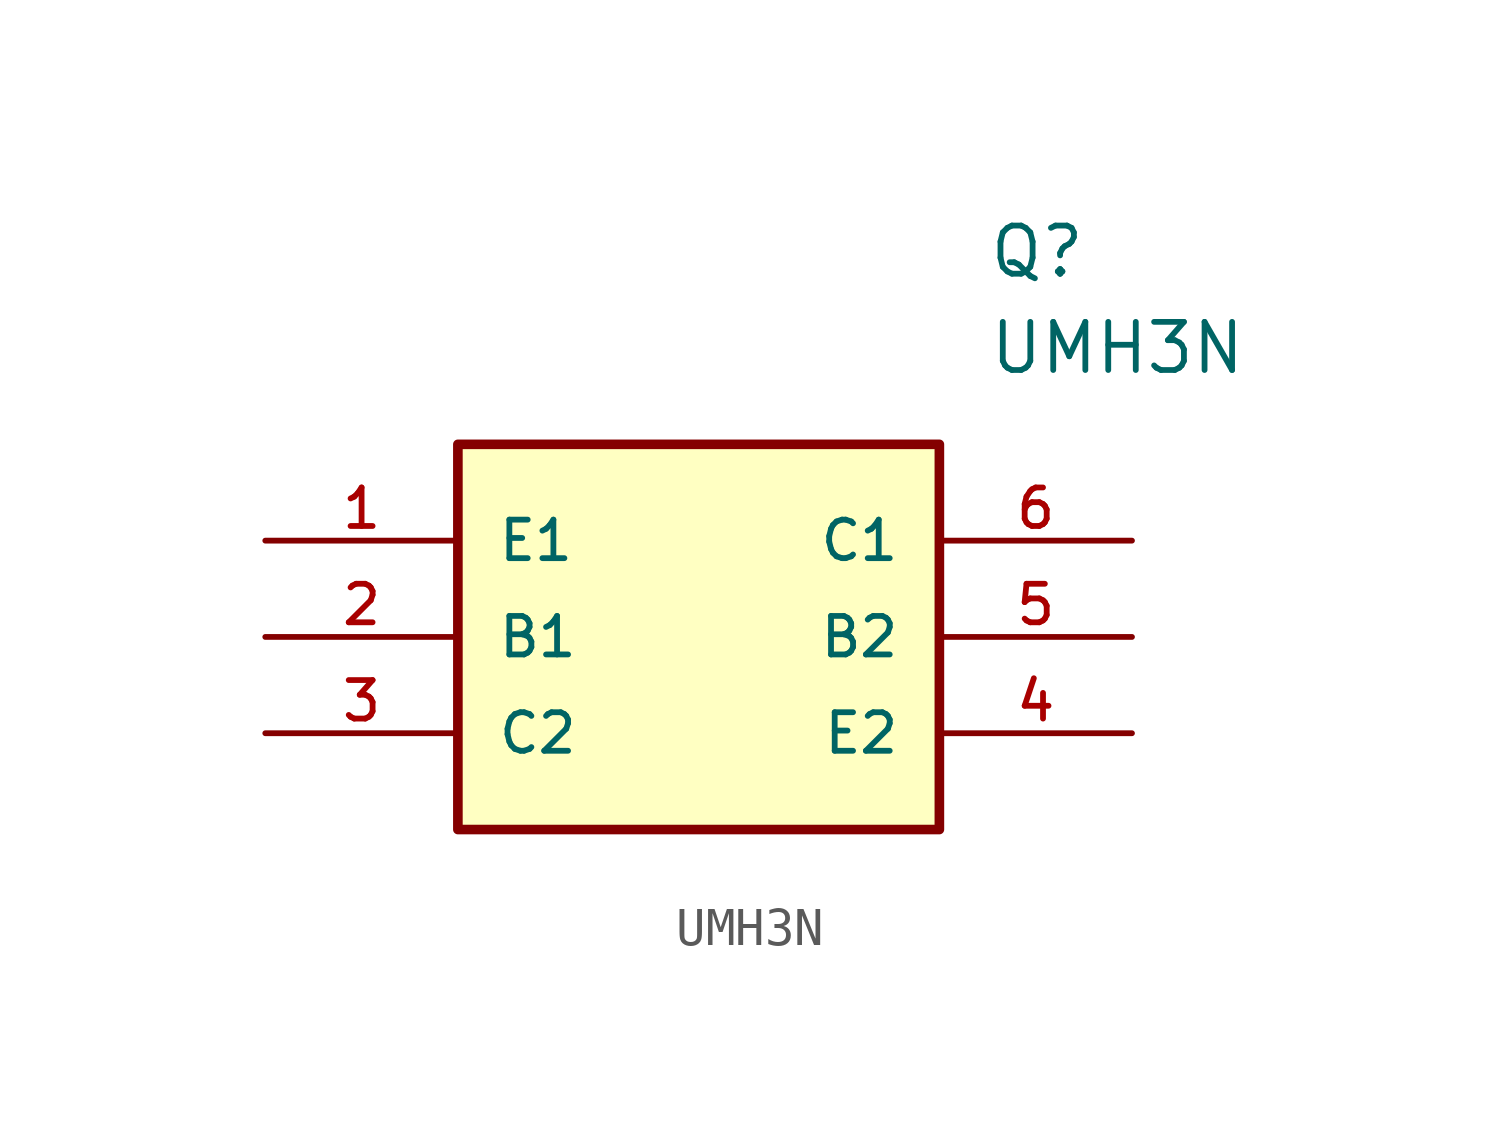
<source format=kicad_sym>
(kicad_symbol_lib
  (version 20211014)
  (generator kicad_symbol_editor)
  (symbol "UMH3N"
    (pin_names
      (offset 1.016))
    (property "Reference" "Q"
      (at 19.05 7.62 0)
      (effects (font (size 1.27 1.27)) (justify left)))
    (property "Value" "UMH3N"
      (at 19.05 5.08 0)
      (effects (font (size 1.27 1.27)) (justify left)))
    (symbol "UMH3N_0_0"
      (rectangle (start 5.08 -7.62) (end 17.78 2.54) (stroke (width 0.254)) (fill (type background)))
      (pin bidirectional line (at 0.0 0.0 0) (length 5.08) (name "E1" (effects (font (size 1.016 1.016)))) (number "1" (effects (font (size 1.016 1.016)))))
      (pin bidirectional line (at 0.0 -2.54 0) (length 5.08) (name "B1" (effects (font (size 1.016 1.016)))) (number "2" (effects (font (size 1.016 1.016)))))
      (pin bidirectional line (at 0.0 -5.08 0) (length 5.08) (name "C2" (effects (font (size 1.016 1.016)))) (number "3" (effects (font (size 1.016 1.016)))))
      (pin bidirectional line (at 22.86 0.0 180.0) (length 5.08) (name "C1" (effects (font (size 1.016 1.016)))) (number "6" (effects (font (size 1.016 1.016)))))
      (pin bidirectional line (at 22.86 -2.54 180.0) (length 5.08) (name "B2" (effects (font (size 1.016 1.016)))) (number "5" (effects (font (size 1.016 1.016)))))
      (pin bidirectional line (at 22.86 -5.08 180.0) (length 5.08) (name "E2" (effects (font (size 1.016 1.016)))) (number "4" (effects (font (size 1.016 1.016))))))))
</source>
